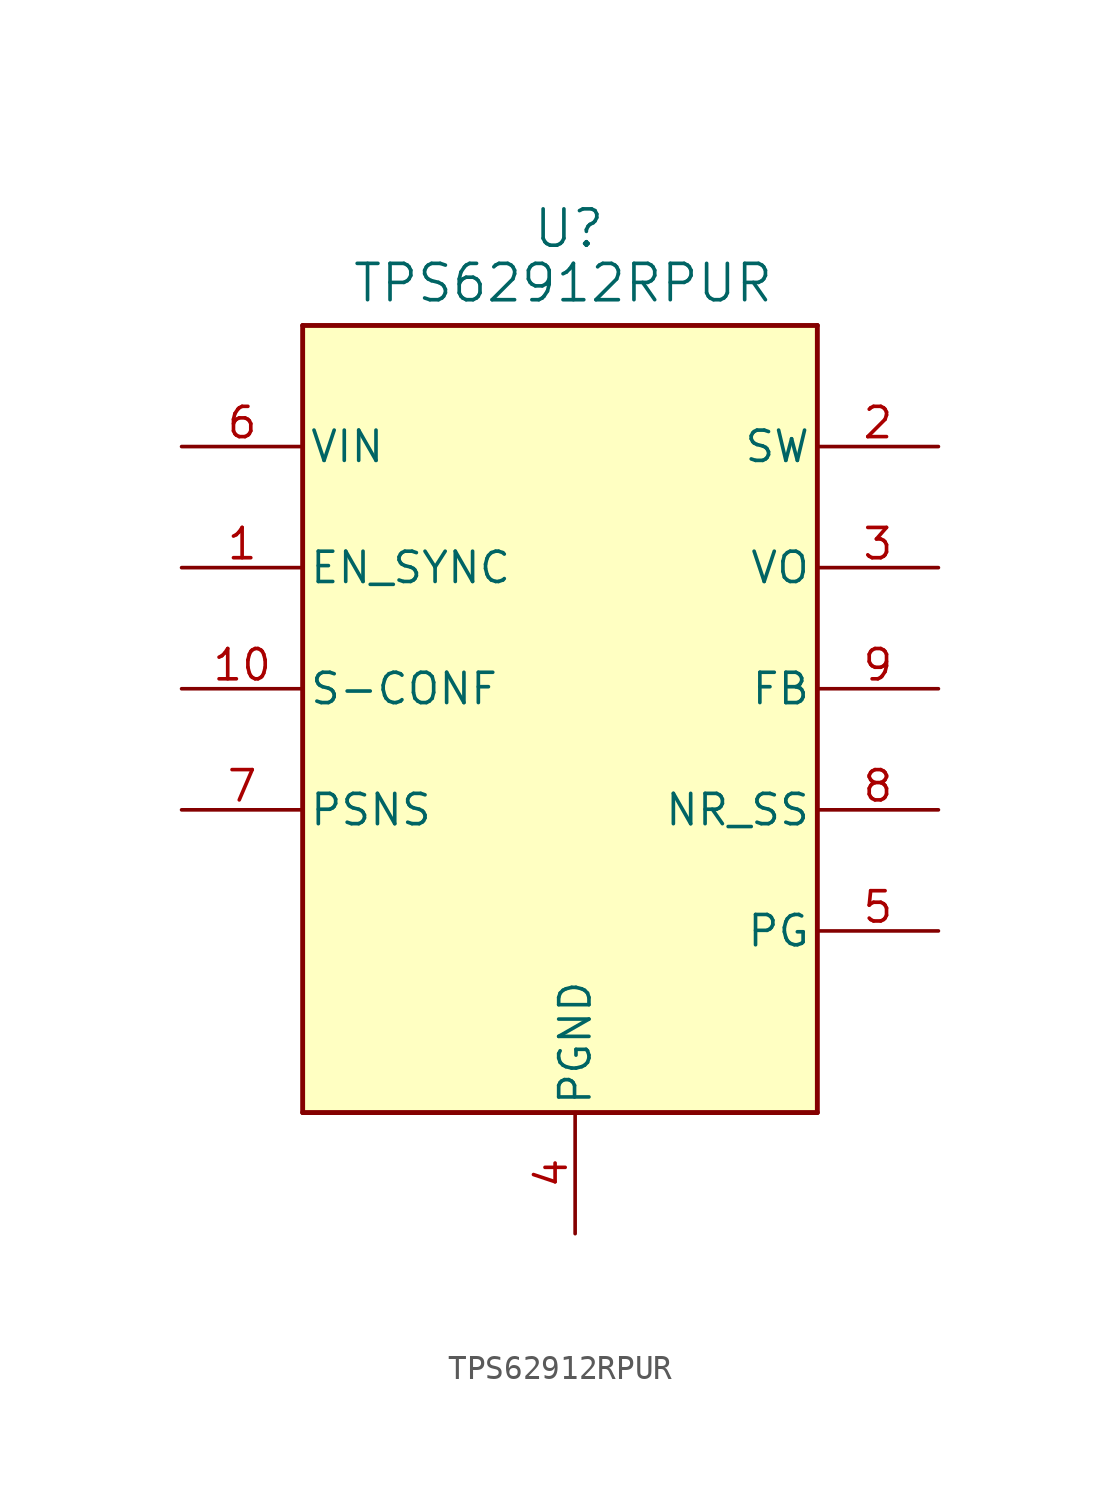
<source format=kicad_sym>
(kicad_symbol_lib
  (version 20231120)
  (generator "kicad_symbol_editor")
  (generator_version "8.0")
  (symbol "TPS62912RPUR"
    (pin_names
      (offset 0.254))
    (property "Reference" "U"
      (at -0.254 19.304 0)
      (effects (font (size 1.524 1.524))))
    (property "Value" "TPS62912RPUR"
      (at -0.508 17.018 0)
      (effects (font (size 1.524 1.524))))
    (property "ki_locked" ""
      (at 0 0 0)
      (effects (font (size 1.27 1.27))))
    (symbol "TPS62912RPUR_0_1"
      (polyline (pts (xy -11.43 -17.78) (xy 10.16 -17.78)) (stroke (width 0.203) (type default)) (fill (type none)))
      (polyline (pts (xy -11.43 15.24) (xy -11.43 -17.78)) (stroke (width 0.203) (type default)) (fill (type none)))
      (polyline (pts (xy 10.16 -17.78) (xy 10.16 15.24)) (stroke (width 0.203) (type default)) (fill (type none)))
      (polyline (pts (xy 10.16 15.24) (xy -11.43 15.24)) (stroke (width 0.203) (type default)) (fill (type none)))
      (pin input line (at -16.51 5.08 0) (length 5.08) (name "EN_SYNC" (effects (font (size 1.27 1.27)))) (number "1" (effects (font (size 1.27 1.27)))))
      (pin power_in line (at -16.51 0 0) (length 5.08) (name "S-CONF" (effects (font (size 1.27 1.27)))) (number "10" (effects (font (size 1.27 1.27)))))
      (pin unspecified line (at 15.24 10.16 180) (length 5.08) (name "SW" (effects (font (size 1.27 1.27)))) (number "2" (effects (font (size 1.27 1.27)))))
      (pin unspecified line (at 15.24 5.08 180) (length 5.08) (name "VO" (effects (font (size 1.27 1.27)))) (number "3" (effects (font (size 1.27 1.27)))))
      (pin power_in line (at 0 -22.86 90) (length 5.08) (name "PGND" (effects (font (size 1.27 1.27)))) (number "4" (effects (font (size 1.27 1.27)))))
      (pin open_collector line (at 15.24 -10.16 180) (length 5.08) (name "PG" (effects (font (size 1.27 1.27)))) (number "5" (effects (font (size 1.27 1.27)))))
      (pin power_in line (at -16.51 10.16 0) (length 5.08) (name "VIN" (effects (font (size 1.27 1.27)))) (number "6" (effects (font (size 1.27 1.27)))))
      (pin power_in line (at -16.51 -5.08 0) (length 5.08) (name "PSNS" (effects (font (size 1.27 1.27)))) (number "7" (effects (font (size 1.27 1.27)))))
      (pin unspecified line (at 15.24 -5.08 180) (length 5.08) (name "NR_SS" (effects (font (size 1.27 1.27)))) (number "8" (effects (font (size 1.27 1.27)))))
      (pin unspecified line (at 15.24 0 180) (length 5.08) (name "FB" (effects (font (size 1.27 1.27)))) (number "9" (effects (font (size 1.27 1.27))))))
    (symbol "TPS62912RPUR_1_1"
      (rectangle (start -11.43 15.24) (end 10.16 -17.78) (stroke (width 0) (type default)) (fill (type background))))))
</source>
